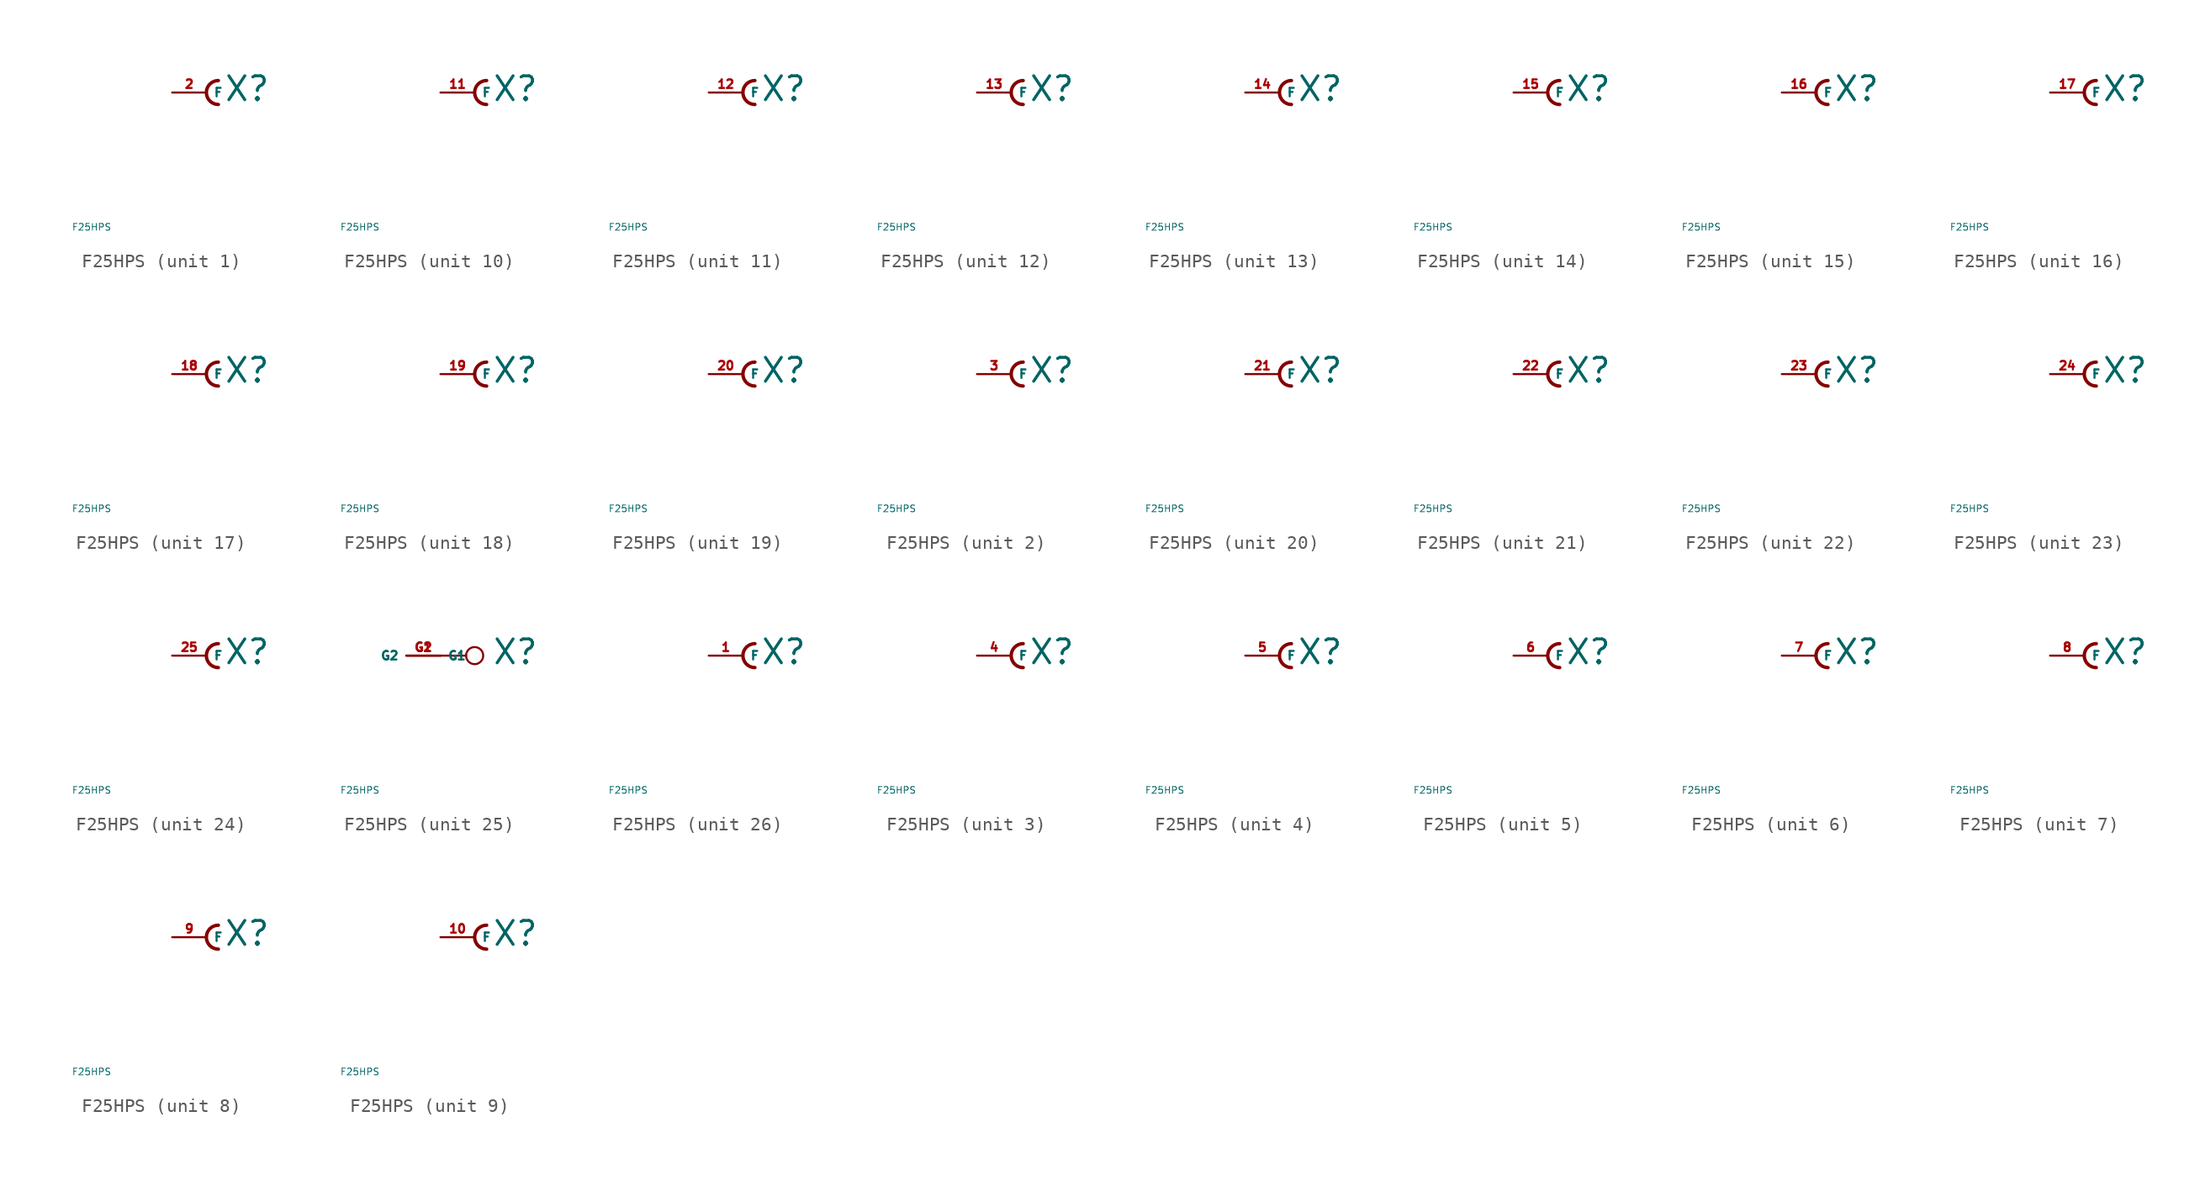
<source format=kicad_sym>
(kicad_symbol_lib
  (version 20220914)
  (generator Eagle2Kicad)
  (symbol "F25HPS"
    (property "Reference" "X"
      (at 1.27 -0.762 0)
      (effects (font (size 1.778 1.778) (thickness 0.22)) (justify left bottom)))
    (property "Value" "F25HPS"
      (at -10 -10 0)
      (effects (font (size 0.5 0.5) (thickness 0.06)) (justify left)))
    (symbol "F25HPS_1_0"
      (arc (start 0.889 0.889) (mid 0.000 0.000) (end 0.889 -0.889) (stroke (width 0.254) (type default)) (fill (type none)))
      (pin passive line (at -2.54 0 0) (length 2.54) (name "F" (effects (font (size 0.635 0.635) (thickness 0.08)) (justify left bottom))) (number "2" (effects (font (size 0.635 0.635) (thickness 0.08)) (justify left bottom)))))
    (symbol "F25HPS_2_0"
      (arc (start 0.889 0.889) (mid 0.000 0.000) (end 0.889 -0.889) (stroke (width 0.254) (type default)) (fill (type none)))
      (pin passive line (at -2.54 0 0) (length 2.54) (name "F" (effects (font (size 0.635 0.635) (thickness 0.08)) (justify left bottom))) (number "3" (effects (font (size 0.635 0.635) (thickness 0.08)) (justify left bottom)))))
    (symbol "F25HPS_3_0"
      (arc (start 0.889 0.889) (mid 0.000 0.000) (end 0.889 -0.889) (stroke (width 0.254) (type default)) (fill (type none)))
      (pin passive line (at -2.54 0 0) (length 2.54) (name "F" (effects (font (size 0.635 0.635) (thickness 0.08)) (justify left bottom))) (number "4" (effects (font (size 0.635 0.635) (thickness 0.08)) (justify left bottom)))))
    (symbol "F25HPS_4_0"
      (arc (start 0.889 0.889) (mid 0.000 0.000) (end 0.889 -0.889) (stroke (width 0.254) (type default)) (fill (type none)))
      (pin passive line (at -2.54 0 0) (length 2.54) (name "F" (effects (font (size 0.635 0.635) (thickness 0.08)) (justify left bottom))) (number "5" (effects (font (size 0.635 0.635) (thickness 0.08)) (justify left bottom)))))
    (symbol "F25HPS_5_0"
      (arc (start 0.889 0.889) (mid 0.000 0.000) (end 0.889 -0.889) (stroke (width 0.254) (type default)) (fill (type none)))
      (pin passive line (at -2.54 0 0) (length 2.54) (name "F" (effects (font (size 0.635 0.635) (thickness 0.08)) (justify left bottom))) (number "6" (effects (font (size 0.635 0.635) (thickness 0.08)) (justify left bottom)))))
    (symbol "F25HPS_6_0"
      (arc (start 0.889 0.889) (mid 0.000 0.000) (end 0.889 -0.889) (stroke (width 0.254) (type default)) (fill (type none)))
      (pin passive line (at -2.54 0 0) (length 2.54) (name "F" (effects (font (size 0.635 0.635) (thickness 0.08)) (justify left bottom))) (number "7" (effects (font (size 0.635 0.635) (thickness 0.08)) (justify left bottom)))))
    (symbol "F25HPS_7_0"
      (arc (start 0.889 0.889) (mid 0.000 0.000) (end 0.889 -0.889) (stroke (width 0.254) (type default)) (fill (type none)))
      (pin passive line (at -2.54 0 0) (length 2.54) (name "F" (effects (font (size 0.635 0.635) (thickness 0.08)) (justify left bottom))) (number "8" (effects (font (size 0.635 0.635) (thickness 0.08)) (justify left bottom)))))
    (symbol "F25HPS_8_0"
      (arc (start 0.889 0.889) (mid 0.000 0.000) (end 0.889 -0.889) (stroke (width 0.254) (type default)) (fill (type none)))
      (pin passive line (at -2.54 0 0) (length 2.54) (name "F" (effects (font (size 0.635 0.635) (thickness 0.08)) (justify left bottom))) (number "9" (effects (font (size 0.635 0.635) (thickness 0.08)) (justify left bottom)))))
    (symbol "F25HPS_9_0"
      (arc (start 0.889 0.889) (mid 0.000 0.000) (end 0.889 -0.889) (stroke (width 0.254) (type default)) (fill (type none)))
      (pin passive line (at -2.54 0 0) (length 2.54) (name "F" (effects (font (size 0.635 0.635) (thickness 0.08)) (justify left bottom))) (number "10" (effects (font (size 0.635 0.635) (thickness 0.08)) (justify left bottom)))))
    (symbol "F25HPS_10_0"
      (arc (start 0.889 0.889) (mid 0.000 0.000) (end 0.889 -0.889) (stroke (width 0.254) (type default)) (fill (type none)))
      (pin passive line (at -2.54 0 0) (length 2.54) (name "F" (effects (font (size 0.635 0.635) (thickness 0.08)) (justify left bottom))) (number "11" (effects (font (size 0.635 0.635) (thickness 0.08)) (justify left bottom)))))
    (symbol "F25HPS_11_0"
      (arc (start 0.889 0.889) (mid 0.000 0.000) (end 0.889 -0.889) (stroke (width 0.254) (type default)) (fill (type none)))
      (pin passive line (at -2.54 0 0) (length 2.54) (name "F" (effects (font (size 0.635 0.635) (thickness 0.08)) (justify left bottom))) (number "12" (effects (font (size 0.635 0.635) (thickness 0.08)) (justify left bottom)))))
    (symbol "F25HPS_12_0"
      (arc (start 0.889 0.889) (mid 0.000 0.000) (end 0.889 -0.889) (stroke (width 0.254) (type default)) (fill (type none)))
      (pin passive line (at -2.54 0 0) (length 2.54) (name "F" (effects (font (size 0.635 0.635) (thickness 0.08)) (justify left bottom))) (number "13" (effects (font (size 0.635 0.635) (thickness 0.08)) (justify left bottom)))))
    (symbol "F25HPS_13_0"
      (arc (start 0.889 0.889) (mid 0.000 0.000) (end 0.889 -0.889) (stroke (width 0.254) (type default)) (fill (type none)))
      (pin passive line (at -2.54 0 0) (length 2.54) (name "F" (effects (font (size 0.635 0.635) (thickness 0.08)) (justify left bottom))) (number "14" (effects (font (size 0.635 0.635) (thickness 0.08)) (justify left bottom)))))
    (symbol "F25HPS_14_0"
      (arc (start 0.889 0.889) (mid 0.000 0.000) (end 0.889 -0.889) (stroke (width 0.254) (type default)) (fill (type none)))
      (pin passive line (at -2.54 0 0) (length 2.54) (name "F" (effects (font (size 0.635 0.635) (thickness 0.08)) (justify left bottom))) (number "15" (effects (font (size 0.635 0.635) (thickness 0.08)) (justify left bottom)))))
    (symbol "F25HPS_15_0"
      (arc (start 0.889 0.889) (mid 0.000 0.000) (end 0.889 -0.889) (stroke (width 0.254) (type default)) (fill (type none)))
      (pin passive line (at -2.54 0 0) (length 2.54) (name "F" (effects (font (size 0.635 0.635) (thickness 0.08)) (justify left bottom))) (number "16" (effects (font (size 0.635 0.635) (thickness 0.08)) (justify left bottom)))))
    (symbol "F25HPS_16_0"
      (arc (start 0.889 0.889) (mid 0.000 0.000) (end 0.889 -0.889) (stroke (width 0.254) (type default)) (fill (type none)))
      (pin passive line (at -2.54 0 0) (length 2.54) (name "F" (effects (font (size 0.635 0.635) (thickness 0.08)) (justify left bottom))) (number "17" (effects (font (size 0.635 0.635) (thickness 0.08)) (justify left bottom)))))
    (symbol "F25HPS_17_0"
      (arc (start 0.889 0.889) (mid 0.000 0.000) (end 0.889 -0.889) (stroke (width 0.254) (type default)) (fill (type none)))
      (pin passive line (at -2.54 0 0) (length 2.54) (name "F" (effects (font (size 0.635 0.635) (thickness 0.08)) (justify left bottom))) (number "18" (effects (font (size 0.635 0.635) (thickness 0.08)) (justify left bottom)))))
    (symbol "F25HPS_18_0"
      (arc (start 0.889 0.889) (mid 0.000 0.000) (end 0.889 -0.889) (stroke (width 0.254) (type default)) (fill (type none)))
      (pin passive line (at -2.54 0 0) (length 2.54) (name "F" (effects (font (size 0.635 0.635) (thickness 0.08)) (justify left bottom))) (number "19" (effects (font (size 0.635 0.635) (thickness 0.08)) (justify left bottom)))))
    (symbol "F25HPS_19_0"
      (arc (start 0.889 0.889) (mid 0.000 0.000) (end 0.889 -0.889) (stroke (width 0.254) (type default)) (fill (type none)))
      (pin passive line (at -2.54 0 0) (length 2.54) (name "F" (effects (font (size 0.635 0.635) (thickness 0.08)) (justify left bottom))) (number "20" (effects (font (size 0.635 0.635) (thickness 0.08)) (justify left bottom)))))
    (symbol "F25HPS_20_0"
      (arc (start 0.889 0.889) (mid 0.000 0.000) (end 0.889 -0.889) (stroke (width 0.254) (type default)) (fill (type none)))
      (pin passive line (at -2.54 0 0) (length 2.54) (name "F" (effects (font (size 0.635 0.635) (thickness 0.08)) (justify left bottom))) (number "21" (effects (font (size 0.635 0.635) (thickness 0.08)) (justify left bottom)))))
    (symbol "F25HPS_21_0"
      (arc (start 0.889 0.889) (mid 0.000 0.000) (end 0.889 -0.889) (stroke (width 0.254) (type default)) (fill (type none)))
      (pin passive line (at -2.54 0 0) (length 2.54) (name "F" (effects (font (size 0.635 0.635) (thickness 0.08)) (justify left bottom))) (number "22" (effects (font (size 0.635 0.635) (thickness 0.08)) (justify left bottom)))))
    (symbol "F25HPS_22_0"
      (arc (start 0.889 0.889) (mid 0.000 0.000) (end 0.889 -0.889) (stroke (width 0.254) (type default)) (fill (type none)))
      (pin passive line (at -2.54 0 0) (length 2.54) (name "F" (effects (font (size 0.635 0.635) (thickness 0.08)) (justify left bottom))) (number "23" (effects (font (size 0.635 0.635) (thickness 0.08)) (justify left bottom)))))
    (symbol "F25HPS_23_0"
      (arc (start 0.889 0.889) (mid 0.000 0.000) (end 0.889 -0.889) (stroke (width 0.254) (type default)) (fill (type none)))
      (pin passive line (at -2.54 0 0) (length 2.54) (name "F" (effects (font (size 0.635 0.635) (thickness 0.08)) (justify left bottom))) (number "24" (effects (font (size 0.635 0.635) (thickness 0.08)) (justify left bottom)))))
    (symbol "F25HPS_24_0"
      (arc (start 0.889 0.889) (mid 0.000 0.000) (end 0.889 -0.889) (stroke (width 0.254) (type default)) (fill (type none)))
      (pin passive line (at -2.54 0 0) (length 2.54) (name "F" (effects (font (size 0.635 0.635) (thickness 0.08)) (justify left bottom))) (number "25" (effects (font (size 0.635 0.635) (thickness 0.08)) (justify left bottom)))))
    (symbol "F25HPS_25_0"
      (polyline (pts (xy -2.54 0) (xy -0.635 0)) (stroke (width 0.152) (type default)) (fill (type none)))
      (circle (center 0 0) (radius 0.635) (stroke (width 0.152) (type default)) (fill (type none)))
      (pin passive line (at -5.08 0 0) (length 2.54) (name "G1" (effects (font (size 0.635 0.635) (thickness 0.08)) (justify left bottom))) (number "G1" (effects (font (size 0.635 0.635) (thickness 0.08)) (justify left bottom))))
      (pin passive line (at -2.54 0 180) (length 2.54) (name "G2" (effects (font (size 0.635 0.635) (thickness 0.08)) (justify left bottom))) (number "G2" (effects (font (size 0.635 0.635) (thickness 0.08)) (justify left bottom)))))
    (symbol "F25HPS_26_0"
      (arc (start 0.889 0.889) (mid 0.000 0.000) (end 0.889 -0.889) (stroke (width 0.254) (type default)) (fill (type none)))
      (pin passive line (at -2.54 0 0) (length 2.54) (name "F" (effects (font (size 0.635 0.635) (thickness 0.08)) (justify left bottom))) (number "1" (effects (font (size 0.635 0.635) (thickness 0.08)) (justify left bottom)))))))
</source>
